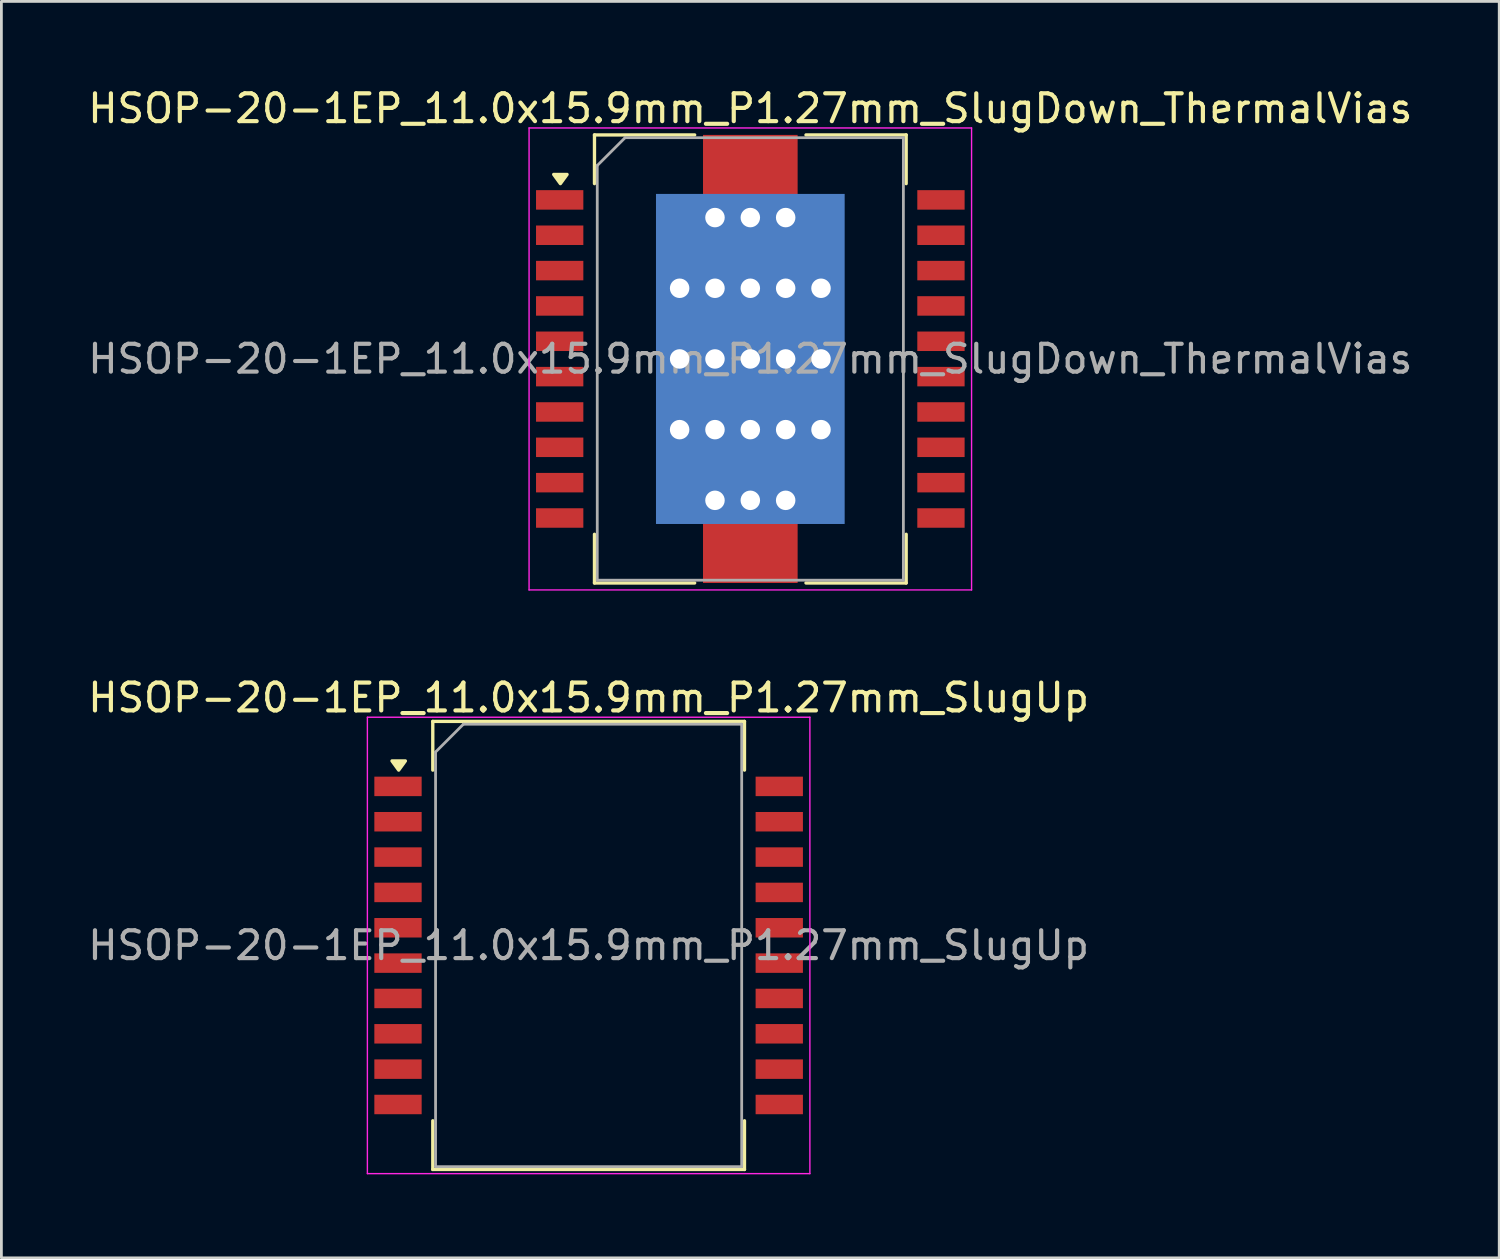
<source format=kicad_pcb>
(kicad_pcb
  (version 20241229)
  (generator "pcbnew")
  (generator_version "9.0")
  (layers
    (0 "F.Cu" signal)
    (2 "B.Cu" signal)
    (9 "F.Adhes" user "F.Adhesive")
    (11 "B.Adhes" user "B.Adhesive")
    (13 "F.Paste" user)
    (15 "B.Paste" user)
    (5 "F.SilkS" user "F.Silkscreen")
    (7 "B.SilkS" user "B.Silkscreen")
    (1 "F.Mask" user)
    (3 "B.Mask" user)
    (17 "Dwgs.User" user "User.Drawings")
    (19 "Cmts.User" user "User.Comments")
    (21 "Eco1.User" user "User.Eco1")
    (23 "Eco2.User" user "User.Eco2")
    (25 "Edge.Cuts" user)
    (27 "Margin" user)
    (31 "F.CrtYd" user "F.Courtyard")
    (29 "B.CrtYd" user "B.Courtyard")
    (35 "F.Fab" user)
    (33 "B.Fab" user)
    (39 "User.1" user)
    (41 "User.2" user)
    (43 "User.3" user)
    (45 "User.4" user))
  (footprint "HSOP-20-1EP_11.0x15.9mm_P1.27mm_SlugUp"
    (layer "F.Cu")
    (at 18.101 30.922)
    (property "Reference" "HSOP-20-1EP_11.0x15.9mm_P1.27mm_SlugUp" (at 0 -8.9 0) (layer "F.SilkS") (effects (font (size 1 1) (thickness 0.15))))
    (attr smd)
    (fp_line (start -5.6 -8.05) (end -5.6 -6.3) (stroke (width 0.12) (type solid)) (layer "F.SilkS"))
    (fp_line (start -5.6 8.05) (end -5.6 6.3) (stroke (width 0.12) (type solid)) (layer "F.SilkS"))
    (fp_line (start 5.6 -8.05) (end -5.6 -8.05) (stroke (width 0.12) (type solid)) (layer "F.SilkS"))
    (fp_line (start 5.6 -8.05) (end 5.6 -6.3) (stroke (width 0.12) (type solid)) (layer "F.SilkS"))
    (fp_line (start 5.6 8.05) (end -5.6 8.05) (stroke (width 0.12) (type solid)) (layer "F.SilkS"))
    (fp_line (start 5.6 8.05) (end 5.6 6.3) (stroke (width 0.12) (type solid)) (layer "F.SilkS"))
    (fp_poly (pts (xy -6.825 -6.3) (xy -7.065 -6.63) (xy -6.585 -6.63) (xy -6.825 -6.3)) (stroke (width 0.12) (type solid)) (fill yes) (layer "F.SilkS"))
    (fp_line (start -7.95 -8.2) (end -7.95 8.2) (stroke (width 0.05) (type solid)) (layer "F.CrtYd"))
    (fp_line (start -7.95 -8.2) (end 7.95 -8.2) (stroke (width 0.05) (type solid)) (layer "F.CrtYd"))
    (fp_line (start 7.95 8.2) (end -7.95 8.2) (stroke (width 0.05) (type solid)) (layer "F.CrtYd"))
    (fp_line (start 7.95 8.2) (end 7.95 -8.2) (stroke (width 0.05) (type solid)) (layer "F.CrtYd"))
    (fp_line (start -5.5 -6.95) (end -5.5 7.95) (stroke (width 0.1) (type solid)) (layer "F.Fab"))
    (fp_line (start -5.5 7.95) (end 5.5 7.95) (stroke (width 0.1) (type solid)) (layer "F.Fab"))
    (fp_line (start -4.5 -7.95) (end -5.5 -6.95) (stroke (width 0.1) (type solid)) (layer "F.Fab"))
    (fp_line (start 5.5 -7.95) (end -4.5 -7.95) (stroke (width 0.1) (type solid)) (layer "F.Fab"))
    (fp_line (start 5.5 7.95) (end 5.5 -7.95) (stroke (width 0.1) (type solid)) (layer "F.Fab"))
    (fp_text user "${REFERENCE}" (at 0 0 0) (layer "F.Fab") (effects (font (size 1 1) (thickness 0.15))))
    (pad "1" smd rect (at -6.85 -5.715) (size 1.7 0.7) (layers "F.Cu" "F.Mask" "F.Paste"))
    (pad "2" smd rect (at -6.85 -4.445) (size 1.7 0.7) (layers "F.Cu" "F.Mask" "F.Paste"))
    (pad "3" smd rect (at -6.85 -3.175) (size 1.7 0.7) (layers "F.Cu" "F.Mask" "F.Paste"))
    (pad "4" smd rect (at -6.85 -1.905) (size 1.7 0.7) (layers "F.Cu" "F.Mask" "F.Paste"))
    (pad "5" smd rect (at -6.85 -0.635) (size 1.7 0.7) (layers "F.Cu" "F.Mask" "F.Paste"))
    (pad "6" smd rect (at -6.85 0.635) (size 1.7 0.7) (layers "F.Cu" "F.Mask" "F.Paste"))
    (pad "7" smd rect (at -6.85 1.905) (size 1.7 0.7) (layers "F.Cu" "F.Mask" "F.Paste"))
    (pad "8" smd rect (at -6.85 3.175) (size 1.7 0.7) (layers "F.Cu" "F.Mask" "F.Paste"))
    (pad "9" smd rect (at -6.85 4.445) (size 1.7 0.7) (layers "F.Cu" "F.Mask" "F.Paste"))
    (pad "10" smd rect (at -6.85 5.715) (size 1.7 0.7) (layers "F.Cu" "F.Mask" "F.Paste"))
    (pad "11" smd rect (at 6.85 5.715) (size 1.7 0.7) (layers "F.Cu" "F.Mask" "F.Paste"))
    (pad "12" smd rect (at 6.85 4.445) (size 1.7 0.7) (layers "F.Cu" "F.Mask" "F.Paste"))
    (pad "13" smd rect (at 6.85 3.175) (size 1.7 0.7) (layers "F.Cu" "F.Mask" "F.Paste"))
    (pad "14" smd rect (at 6.85 1.905) (size 1.7 0.7) (layers "F.Cu" "F.Mask" "F.Paste"))
    (pad "15" smd rect (at 6.85 0.635) (size 1.7 0.7) (layers "F.Cu" "F.Mask" "F.Paste"))
    (pad "16" smd rect (at 6.85 -0.635) (size 1.7 0.7) (layers "F.Cu" "F.Mask" "F.Paste"))
    (pad "17" smd rect (at 6.85 -1.905) (size 1.7 0.7) (layers "F.Cu" "F.Mask" "F.Paste"))
    (pad "18" smd rect (at 6.85 -3.175) (size 1.7 0.7) (layers "F.Cu" "F.Mask" "F.Paste"))
    (pad "19" smd rect (at 6.85 -4.445) (size 1.7 0.7) (layers "F.Cu" "F.Mask" "F.Paste"))
    (pad "20" smd rect (at 6.85 -5.715) (size 1.7 0.7) (layers "F.Cu" "F.Mask" "F.Paste")))
  (footprint "HSOP-20-1EP_11.0x15.9mm_P1.27mm_SlugDown_ThermalVias"
    (layer "F.Cu")
    (at 23.911 9.848)
    (property "Reference" "HSOP-20-1EP_11.0x15.9mm_P1.27mm_SlugDown_ThermalVias" (at 0 -9 0) (layer "F.SilkS") (effects (font (size 1 1) (thickness 0.15))))
    (attr smd)
    (fp_line (start -5.6 -8.05) (end -5.6 -6.3) (stroke (width 0.12) (type solid)) (layer "F.SilkS"))
    (fp_line (start -5.6 8.05) (end -5.6 6.3) (stroke (width 0.12) (type solid)) (layer "F.SilkS"))
    (fp_line (start -2 -8.05) (end -5.6 -8.05) (stroke (width 0.12) (type solid)) (layer "F.SilkS"))
    (fp_line (start -2 8.05) (end -5.6 8.05) (stroke (width 0.12) (type solid)) (layer "F.SilkS"))
    (fp_line (start 5.6 -8.05) (end 2 -8.05) (stroke (width 0.12) (type solid)) (layer "F.SilkS"))
    (fp_line (start 5.6 -8.05) (end 5.6 -6.3) (stroke (width 0.12) (type solid)) (layer "F.SilkS"))
    (fp_line (start 5.6 8.05) (end 2 8.05) (stroke (width 0.12) (type solid)) (layer "F.SilkS"))
    (fp_line (start 5.6 8.05) (end 5.6 6.3) (stroke (width 0.12) (type solid)) (layer "F.SilkS"))
    (fp_poly (pts (xy -6.825 -6.3) (xy -7.065 -6.63) (xy -6.585 -6.63) (xy -6.825 -6.3)) (stroke (width 0.12) (type solid)) (fill yes) (layer "F.SilkS"))
    (fp_line (start -7.95 -8.3) (end -7.95 8.3) (stroke (width 0.05) (type solid)) (layer "F.CrtYd"))
    (fp_line (start -7.95 -8.3) (end 7.95 -8.3) (stroke (width 0.05) (type solid)) (layer "F.CrtYd"))
    (fp_line (start 7.95 8.3) (end -7.95 8.3) (stroke (width 0.05) (type solid)) (layer "F.CrtYd"))
    (fp_line (start 7.95 8.3) (end 7.95 -8.3) (stroke (width 0.05) (type solid)) (layer "F.CrtYd"))
    (fp_line (start -5.5 -6.95) (end -5.5 7.95) (stroke (width 0.1) (type solid)) (layer "F.Fab"))
    (fp_line (start -5.5 7.95) (end 5.5 7.95) (stroke (width 0.1) (type solid)) (layer "F.Fab"))
    (fp_line (start -4.5 -7.95) (end -5.5 -6.95) (stroke (width 0.1) (type solid)) (layer "F.Fab"))
    (fp_line (start 5.5 -7.95) (end -4.5 -7.95) (stroke (width 0.1) (type solid)) (layer "F.Fab"))
    (fp_line (start 5.5 7.95) (end 5.5 -7.95) (stroke (width 0.1) (type solid)) (layer "F.Fab"))
    (fp_text user "${REFERENCE}" (at 0 0 0) (layer "F.Fab") (effects (font (size 1 1) (thickness 0.15))))
    (pad "1" smd rect (at -6.85 -5.715) (size 1.7 0.7) (layers "F.Cu" "F.Mask" "F.Paste"))
    (pad "2" smd rect (at -6.85 -4.445) (size 1.7 0.7) (layers "F.Cu" "F.Mask" "F.Paste"))
    (pad "3" smd rect (at -6.85 -3.175) (size 1.7 0.7) (layers "F.Cu" "F.Mask" "F.Paste"))
    (pad "4" smd rect (at -6.85 -1.905) (size 1.7 0.7) (layers "F.Cu" "F.Mask" "F.Paste"))
    (pad "5" smd rect (at -6.85 -0.635) (size 1.7 0.7) (layers "F.Cu" "F.Mask" "F.Paste"))
    (pad "6" smd rect (at -6.85 0.635) (size 1.7 0.7) (layers "F.Cu" "F.Mask" "F.Paste"))
    (pad "7" smd rect (at -6.85 1.905) (size 1.7 0.7) (layers "F.Cu" "F.Mask" "F.Paste"))
    (pad "8" smd rect (at -6.85 3.175) (size 1.7 0.7) (layers "F.Cu" "F.Mask" "F.Paste"))
    (pad "9" smd rect (at -6.85 4.445) (size 1.7 0.7) (layers "F.Cu" "F.Mask" "F.Paste"))
    (pad "10" smd rect (at -6.85 5.715) (size 1.7 0.7) (layers "F.Cu" "F.Mask" "F.Paste"))
    (pad "11" smd rect (at 6.85 5.715) (size 1.7 0.7) (layers "F.Cu" "F.Mask" "F.Paste"))
    (pad "12" smd rect (at 6.85 4.445) (size 1.7 0.7) (layers "F.Cu" "F.Mask" "F.Paste"))
    (pad "13" smd rect (at 6.85 3.175) (size 1.7 0.7) (layers "F.Cu" "F.Mask" "F.Paste"))
    (pad "14" smd rect (at 6.85 1.905) (size 1.7 0.7) (layers "F.Cu" "F.Mask" "F.Paste"))
    (pad "15" smd rect (at 6.85 0.635) (size 1.7 0.7) (layers "F.Cu" "F.Mask" "F.Paste"))
    (pad "16" smd rect (at 6.85 -0.635) (size 1.7 0.7) (layers "F.Cu" "F.Mask" "F.Paste"))
    (pad "17" smd rect (at 6.85 -1.905) (size 1.7 0.7) (layers "F.Cu" "F.Mask" "F.Paste"))
    (pad "18" smd rect (at 6.85 -3.175) (size 1.7 0.7) (layers "F.Cu" "F.Mask" "F.Paste"))
    (pad "19" smd rect (at 6.85 -4.445) (size 1.7 0.7) (layers "F.Cu" "F.Mask" "F.Paste"))
    (pad "20" smd rect (at 6.85 -5.715) (size 1.7 0.7) (layers "F.Cu" "F.Mask" "F.Paste"))
    (pad "21" thru_hole circle (at -2.54 -2.54) (size 1 1) (drill 0.7) (layers "*.Cu"))
    (pad "21" thru_hole circle (at -2.54 0) (size 1 1) (drill 0.7) (layers "*.Cu"))
    (pad "21" thru_hole circle (at -2.54 2.54) (size 1 1) (drill 0.7) (layers "*.Cu"))
    (pad "21" thru_hole circle (at -1.27 -5.08) (size 1 1) (drill 0.7) (layers "*.Cu"))
    (pad "21" thru_hole circle (at -1.27 -2.54) (size 1 1) (drill 0.7) (layers "*.Cu"))
    (pad "21" thru_hole circle (at -1.27 0) (size 1 1) (drill 0.7) (layers "*.Cu"))
    (pad "21" thru_hole circle (at -1.27 2.54) (size 1 1) (drill 0.7) (layers "*.Cu"))
    (pad "21" thru_hole circle (at -1.27 5.08) (size 1 1) (drill 0.7) (layers "*.Cu"))
    (pad "21" smd rect (at 0 -6.843) (size 3.4 2.415) (layers "F.Cu" "F.Mask" "F.Paste"))
    (pad "21" thru_hole circle (at 0 -5.08) (size 1 1) (drill 0.7) (layers "*.Cu"))
    (pad "21" thru_hole circle (at 0 -2.54) (size 1 1) (drill 0.7) (layers "*.Cu"))
    (pad "21" thru_hole circle (at 0 0) (size 1 1) (drill 0.7) (layers "*.Cu"))
    (pad "21" smd rect (at 0 0) (size 6.4 11.27) (layers "F.Cu" "F.Mask" "F.Paste"))
    (pad "21" smd rect (at 0 0) (size 6.78 11.86) (layers "B.Cu"))
    (pad "21" thru_hole circle (at 0 2.54) (size 1 1) (drill 0.7) (layers "*.Cu"))
    (pad "21" thru_hole circle (at 0 5.08) (size 1 1) (drill 0.7) (layers "*.Cu"))
    (pad "21" smd rect (at 0 6.843) (size 3.4 2.415) (layers "F.Cu" "F.Mask" "F.Paste"))
    (pad "21" thru_hole circle (at 1.27 -5.08) (size 1 1) (drill 0.7) (layers "*.Cu"))
    (pad "21" thru_hole circle (at 1.27 -2.54) (size 1 1) (drill 0.7) (layers "*.Cu"))
    (pad "21" thru_hole circle (at 1.27 0) (size 1 1) (drill 0.7) (layers "*.Cu"))
    (pad "21" thru_hole circle (at 1.27 2.54) (size 1 1) (drill 0.7) (layers "*.Cu"))
    (pad "21" thru_hole circle (at 1.27 5.08) (size 1 1) (drill 0.7) (layers "*.Cu"))
    (pad "21" thru_hole circle (at 2.54 -2.54) (size 1 1) (drill 0.7) (layers "*.Cu"))
    (pad "21" thru_hole circle (at 2.54 0) (size 1 1) (drill 0.7) (layers "*.Cu"))
    (pad "21" thru_hole circle (at 2.54 2.54) (size 1 1) (drill 0.7) (layers "*.Cu")))
  (gr_rect
    (start -3 -3)
    (end 50.821 42.147)
    (stroke (width 0.1) (type default))
    (fill no)
    (layer "Edge.Cuts")))
</source>
